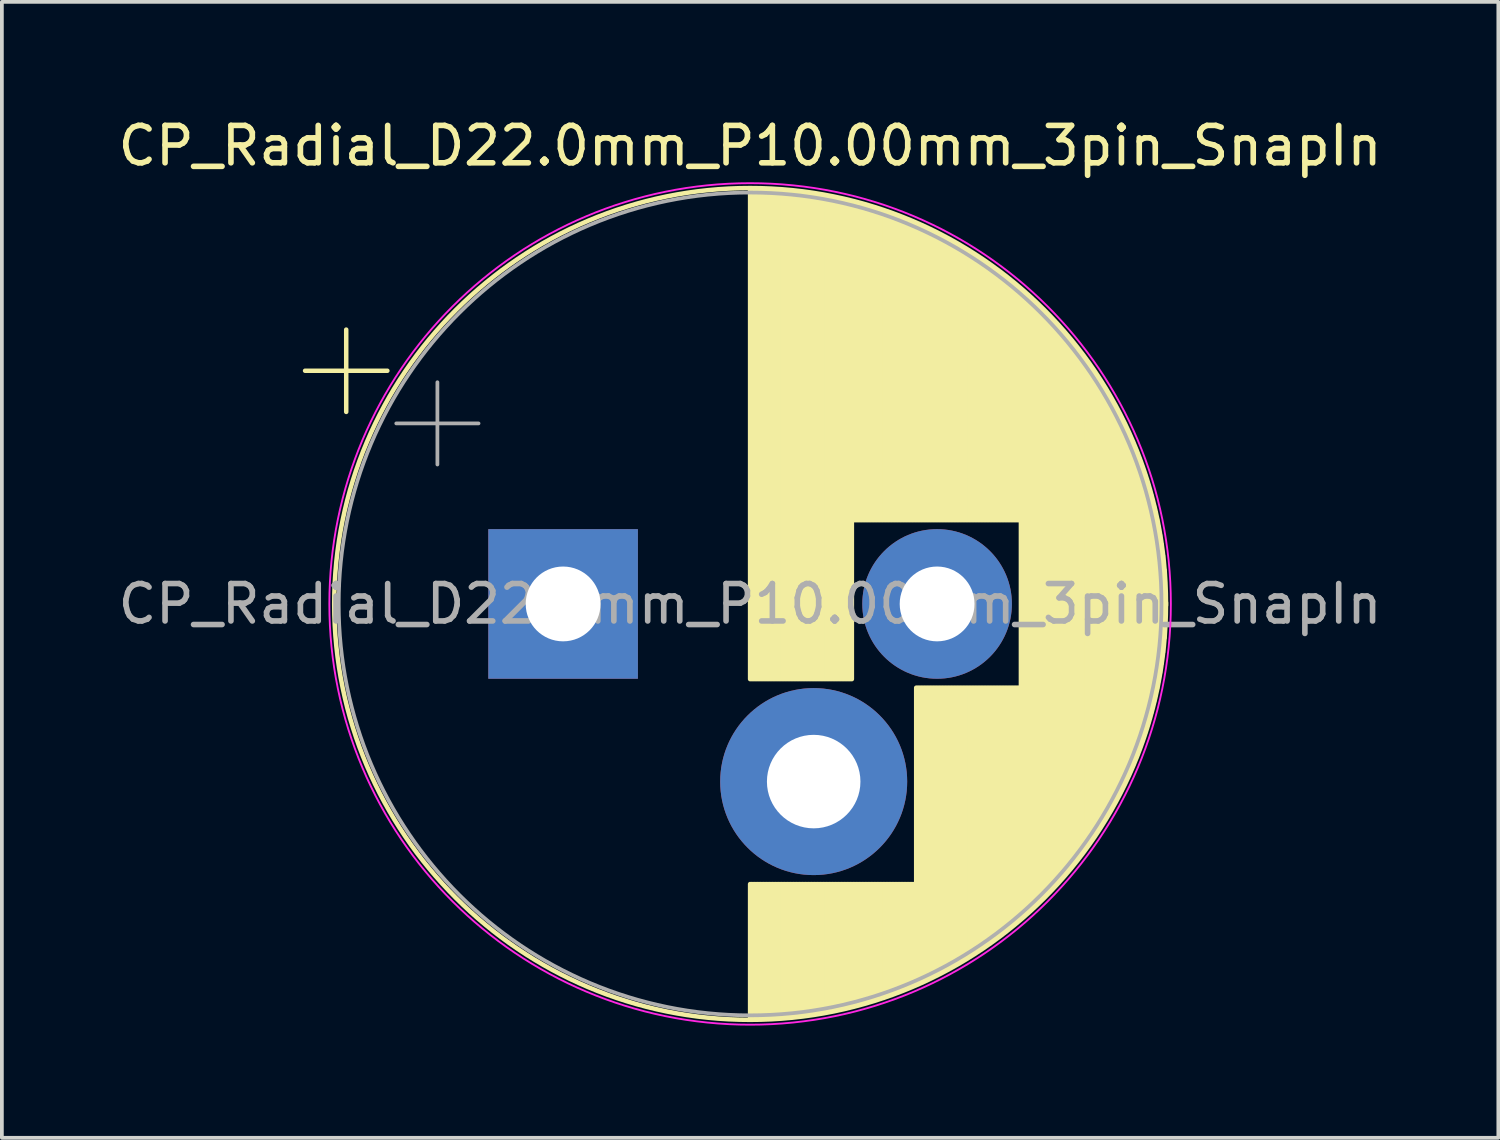
<source format=kicad_pcb>
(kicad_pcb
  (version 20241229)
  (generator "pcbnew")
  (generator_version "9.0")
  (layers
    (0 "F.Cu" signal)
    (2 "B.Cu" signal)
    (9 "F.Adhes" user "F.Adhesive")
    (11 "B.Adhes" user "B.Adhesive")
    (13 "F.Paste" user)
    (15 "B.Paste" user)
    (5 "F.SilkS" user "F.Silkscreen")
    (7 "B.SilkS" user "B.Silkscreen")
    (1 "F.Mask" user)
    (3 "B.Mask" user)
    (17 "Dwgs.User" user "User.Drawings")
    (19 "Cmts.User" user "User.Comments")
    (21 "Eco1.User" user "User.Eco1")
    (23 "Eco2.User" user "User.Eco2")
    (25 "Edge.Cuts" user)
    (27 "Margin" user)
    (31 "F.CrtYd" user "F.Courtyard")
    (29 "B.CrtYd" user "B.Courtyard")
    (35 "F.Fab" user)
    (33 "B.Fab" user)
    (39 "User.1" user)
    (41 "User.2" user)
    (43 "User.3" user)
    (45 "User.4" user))
  (footprint "CP_Radial_D22.0mm_P10.00mm_3pin_SnapIn"
    (layer "F.Cu")
    (at 12.006 13.098)
    (property "Reference" "CP_Radial_D22.0mm_P10.00mm_3pin_SnapIn" (at 5 -12.25 0) (layer "F.SilkS") (effects (font (size 1 1) (thickness 0.15))))
    (attr through_hole)
    (fp_line (start -6.899 -6.235) (end -4.699 -6.235) (stroke (width 0.12) (type solid)) (layer "F.SilkS"))
    (fp_line (start -5.799 -7.335) (end -5.799 -5.135) (stroke (width 0.12) (type solid)) (layer "F.SilkS"))
    (fp_line (start 5 -11.081) (end 5 2.01) (stroke (width 0.12) (type solid)) (layer "F.SilkS"))
    (fp_line (start 5 7.49) (end 5 11.081) (stroke (width 0.12) (type solid)) (layer "F.SilkS"))
    (fp_line (start 5.04 -11.08) (end 5.04 2.01) (stroke (width 0.12) (type solid)) (layer "F.SilkS"))
    (fp_line (start 5.04 7.49) (end 5.04 11.08) (stroke (width 0.12) (type solid)) (layer "F.SilkS"))
    (fp_line (start 5.08 -11.08) (end 5.08 2.01) (stroke (width 0.12) (type solid)) (layer "F.SilkS"))
    (fp_line (start 5.08 7.49) (end 5.08 11.08) (stroke (width 0.12) (type solid)) (layer "F.SilkS"))
    (fp_line (start 5.12 -11.08) (end 5.12 2.01) (stroke (width 0.12) (type solid)) (layer "F.SilkS"))
    (fp_line (start 5.12 7.49) (end 5.12 11.08) (stroke (width 0.12) (type solid)) (layer "F.SilkS"))
    (fp_line (start 5.16 -11.079) (end 5.16 2.01) (stroke (width 0.12) (type solid)) (layer "F.SilkS"))
    (fp_line (start 5.16 7.49) (end 5.16 11.079) (stroke (width 0.12) (type solid)) (layer "F.SilkS"))
    (fp_line (start 5.2 -11.079) (end 5.2 2.01) (stroke (width 0.12) (type solid)) (layer "F.SilkS"))
    (fp_line (start 5.2 7.49) (end 5.2 11.079) (stroke (width 0.12) (type solid)) (layer "F.SilkS"))
    (fp_line (start 5.24 -11.078) (end 5.24 2.01) (stroke (width 0.12) (type solid)) (layer "F.SilkS"))
    (fp_line (start 5.24 7.49) (end 5.24 11.078) (stroke (width 0.12) (type solid)) (layer "F.SilkS"))
    (fp_line (start 5.28 -11.077) (end 5.28 2.01) (stroke (width 0.12) (type solid)) (layer "F.SilkS"))
    (fp_line (start 5.28 7.49) (end 5.28 11.077) (stroke (width 0.12) (type solid)) (layer "F.SilkS"))
    (fp_line (start 5.32 -11.076) (end 5.32 2.01) (stroke (width 0.12) (type solid)) (layer "F.SilkS"))
    (fp_line (start 5.32 7.49) (end 5.32 11.076) (stroke (width 0.12) (type solid)) (layer "F.SilkS"))
    (fp_line (start 5.36 -11.075) (end 5.36 2.01) (stroke (width 0.12) (type solid)) (layer "F.SilkS"))
    (fp_line (start 5.36 7.49) (end 5.36 11.075) (stroke (width 0.12) (type solid)) (layer "F.SilkS"))
    (fp_line (start 5.4 -11.073) (end 5.4 2.01) (stroke (width 0.12) (type solid)) (layer "F.SilkS"))
    (fp_line (start 5.4 7.49) (end 5.4 11.073) (stroke (width 0.12) (type solid)) (layer "F.SilkS"))
    (fp_line (start 5.44 -11.072) (end 5.44 2.01) (stroke (width 0.12) (type solid)) (layer "F.SilkS"))
    (fp_line (start 5.44 7.49) (end 5.44 11.072) (stroke (width 0.12) (type solid)) (layer "F.SilkS"))
    (fp_line (start 5.48 -11.07) (end 5.48 2.01) (stroke (width 0.12) (type solid)) (layer "F.SilkS"))
    (fp_line (start 5.48 7.49) (end 5.48 11.07) (stroke (width 0.12) (type solid)) (layer "F.SilkS"))
    (fp_line (start 5.52 -11.068) (end 5.52 2.01) (stroke (width 0.12) (type solid)) (layer "F.SilkS"))
    (fp_line (start 5.52 7.49) (end 5.52 11.068) (stroke (width 0.12) (type solid)) (layer "F.SilkS"))
    (fp_line (start 5.56 -11.066) (end 5.56 2.01) (stroke (width 0.12) (type solid)) (layer "F.SilkS"))
    (fp_line (start 5.56 7.49) (end 5.56 11.066) (stroke (width 0.12) (type solid)) (layer "F.SilkS"))
    (fp_line (start 5.6 -11.064) (end 5.6 2.01) (stroke (width 0.12) (type solid)) (layer "F.SilkS"))
    (fp_line (start 5.6 7.49) (end 5.6 11.064) (stroke (width 0.12) (type solid)) (layer "F.SilkS"))
    (fp_line (start 5.64 -11.062) (end 5.64 2.01) (stroke (width 0.12) (type solid)) (layer "F.SilkS"))
    (fp_line (start 5.64 7.49) (end 5.64 11.062) (stroke (width 0.12) (type solid)) (layer "F.SilkS"))
    (fp_line (start 5.68 -11.06) (end 5.68 2.01) (stroke (width 0.12) (type solid)) (layer "F.SilkS"))
    (fp_line (start 5.68 7.49) (end 5.68 11.06) (stroke (width 0.12) (type solid)) (layer "F.SilkS"))
    (fp_line (start 5.721 -11.057) (end 5.721 2.01) (stroke (width 0.12) (type solid)) (layer "F.SilkS"))
    (fp_line (start 5.721 7.49) (end 5.721 11.057) (stroke (width 0.12) (type solid)) (layer "F.SilkS"))
    (fp_line (start 5.761 -11.054) (end 5.761 2.01) (stroke (width 0.12) (type solid)) (layer "F.SilkS"))
    (fp_line (start 5.761 7.49) (end 5.761 11.054) (stroke (width 0.12) (type solid)) (layer "F.SilkS"))
    (fp_line (start 5.801 -11.052) (end 5.801 2.01) (stroke (width 0.12) (type solid)) (layer "F.SilkS"))
    (fp_line (start 5.801 7.49) (end 5.801 11.052) (stroke (width 0.12) (type solid)) (layer "F.SilkS"))
    (fp_line (start 5.841 -11.049) (end 5.841 2.01) (stroke (width 0.12) (type solid)) (layer "F.SilkS"))
    (fp_line (start 5.841 7.49) (end 5.841 11.049) (stroke (width 0.12) (type solid)) (layer "F.SilkS"))
    (fp_line (start 5.881 -11.046) (end 5.881 2.01) (stroke (width 0.12) (type solid)) (layer "F.SilkS"))
    (fp_line (start 5.881 7.49) (end 5.881 11.046) (stroke (width 0.12) (type solid)) (layer "F.SilkS"))
    (fp_line (start 5.921 -11.042) (end 5.921 2.01) (stroke (width 0.12) (type solid)) (layer "F.SilkS"))
    (fp_line (start 5.921 7.49) (end 5.921 11.042) (stroke (width 0.12) (type solid)) (layer "F.SilkS"))
    (fp_line (start 5.961 -11.039) (end 5.961 2.01) (stroke (width 0.12) (type solid)) (layer "F.SilkS"))
    (fp_line (start 5.961 7.49) (end 5.961 11.039) (stroke (width 0.12) (type solid)) (layer "F.SilkS"))
    (fp_line (start 6.001 -11.035) (end 6.001 2.01) (stroke (width 0.12) (type solid)) (layer "F.SilkS"))
    (fp_line (start 6.001 7.49) (end 6.001 11.035) (stroke (width 0.12) (type solid)) (layer "F.SilkS"))
    (fp_line (start 6.041 -11.032) (end 6.041 2.01) (stroke (width 0.12) (type solid)) (layer "F.SilkS"))
    (fp_line (start 6.041 7.49) (end 6.041 11.032) (stroke (width 0.12) (type solid)) (layer "F.SilkS"))
    (fp_line (start 6.081 -11.028) (end 6.081 2.01) (stroke (width 0.12) (type solid)) (layer "F.SilkS"))
    (fp_line (start 6.081 7.49) (end 6.081 11.028) (stroke (width 0.12) (type solid)) (layer "F.SilkS"))
    (fp_line (start 6.121 -11.024) (end 6.121 2.01) (stroke (width 0.12) (type solid)) (layer "F.SilkS"))
    (fp_line (start 6.121 7.49) (end 6.121 11.024) (stroke (width 0.12) (type solid)) (layer "F.SilkS"))
    (fp_line (start 6.161 -11.02) (end 6.161 2.01) (stroke (width 0.12) (type solid)) (layer "F.SilkS"))
    (fp_line (start 6.161 7.49) (end 6.161 11.02) (stroke (width 0.12) (type solid)) (layer "F.SilkS"))
    (fp_line (start 6.201 -11.016) (end 6.201 2.01) (stroke (width 0.12) (type solid)) (layer "F.SilkS"))
    (fp_line (start 6.201 7.49) (end 6.201 11.016) (stroke (width 0.12) (type solid)) (layer "F.SilkS"))
    (fp_line (start 6.241 -11.011) (end 6.241 2.01) (stroke (width 0.12) (type solid)) (layer "F.SilkS"))
    (fp_line (start 6.241 7.49) (end 6.241 11.011) (stroke (width 0.12) (type solid)) (layer "F.SilkS"))
    (fp_line (start 6.281 -11.007) (end 6.281 2.01) (stroke (width 0.12) (type solid)) (layer "F.SilkS"))
    (fp_line (start 6.281 7.49) (end 6.281 11.007) (stroke (width 0.12) (type solid)) (layer "F.SilkS"))
    (fp_line (start 6.321 -11.002) (end 6.321 2.01) (stroke (width 0.12) (type solid)) (layer "F.SilkS"))
    (fp_line (start 6.321 7.49) (end 6.321 11.002) (stroke (width 0.12) (type solid)) (layer "F.SilkS"))
    (fp_line (start 6.361 -10.997) (end 6.361 2.01) (stroke (width 0.12) (type solid)) (layer "F.SilkS"))
    (fp_line (start 6.361 7.49) (end 6.361 10.997) (stroke (width 0.12) (type solid)) (layer "F.SilkS"))
    (fp_line (start 6.401 -10.992) (end 6.401 2.01) (stroke (width 0.12) (type solid)) (layer "F.SilkS"))
    (fp_line (start 6.401 7.49) (end 6.401 10.992) (stroke (width 0.12) (type solid)) (layer "F.SilkS"))
    (fp_line (start 6.441 -10.987) (end 6.441 2.01) (stroke (width 0.12) (type solid)) (layer "F.SilkS"))
    (fp_line (start 6.441 7.49) (end 6.441 10.987) (stroke (width 0.12) (type solid)) (layer "F.SilkS"))
    (fp_line (start 6.481 -10.982) (end 6.481 2.01) (stroke (width 0.12) (type solid)) (layer "F.SilkS"))
    (fp_line (start 6.481 7.49) (end 6.481 10.982) (stroke (width 0.12) (type solid)) (layer "F.SilkS"))
    (fp_line (start 6.521 -10.976) (end 6.521 2.01) (stroke (width 0.12) (type solid)) (layer "F.SilkS"))
    (fp_line (start 6.521 7.49) (end 6.521 10.976) (stroke (width 0.12) (type solid)) (layer "F.SilkS"))
    (fp_line (start 6.561 -10.971) (end 6.561 2.01) (stroke (width 0.12) (type solid)) (layer "F.SilkS"))
    (fp_line (start 6.561 7.49) (end 6.561 10.971) (stroke (width 0.12) (type solid)) (layer "F.SilkS"))
    (fp_line (start 6.601 -10.965) (end 6.601 2.01) (stroke (width 0.12) (type solid)) (layer "F.SilkS"))
    (fp_line (start 6.601 7.49) (end 6.601 10.965) (stroke (width 0.12) (type solid)) (layer "F.SilkS"))
    (fp_line (start 6.641 -10.959) (end 6.641 2.01) (stroke (width 0.12) (type solid)) (layer "F.SilkS"))
    (fp_line (start 6.641 7.49) (end 6.641 10.959) (stroke (width 0.12) (type solid)) (layer "F.SilkS"))
    (fp_line (start 6.681 -10.953) (end 6.681 2.01) (stroke (width 0.12) (type solid)) (layer "F.SilkS"))
    (fp_line (start 6.681 7.49) (end 6.681 10.953) (stroke (width 0.12) (type solid)) (layer "F.SilkS"))
    (fp_line (start 6.721 -10.947) (end 6.721 2.01) (stroke (width 0.12) (type solid)) (layer "F.SilkS"))
    (fp_line (start 6.721 7.49) (end 6.721 10.947) (stroke (width 0.12) (type solid)) (layer "F.SilkS"))
    (fp_line (start 6.761 -10.94) (end 6.761 2.01) (stroke (width 0.12) (type solid)) (layer "F.SilkS"))
    (fp_line (start 6.761 7.49) (end 6.761 10.94) (stroke (width 0.12) (type solid)) (layer "F.SilkS"))
    (fp_line (start 6.801 -10.934) (end 6.801 2.01) (stroke (width 0.12) (type solid)) (layer "F.SilkS"))
    (fp_line (start 6.801 7.49) (end 6.801 10.934) (stroke (width 0.12) (type solid)) (layer "F.SilkS"))
    (fp_line (start 6.841 -10.927) (end 6.841 2.01) (stroke (width 0.12) (type solid)) (layer "F.SilkS"))
    (fp_line (start 6.841 7.49) (end 6.841 10.927) (stroke (width 0.12) (type solid)) (layer "F.SilkS"))
    (fp_line (start 6.881 -10.92) (end 6.881 2.01) (stroke (width 0.12) (type solid)) (layer "F.SilkS"))
    (fp_line (start 6.881 7.49) (end 6.881 10.92) (stroke (width 0.12) (type solid)) (layer "F.SilkS"))
    (fp_line (start 6.921 -10.913) (end 6.921 2.01) (stroke (width 0.12) (type solid)) (layer "F.SilkS"))
    (fp_line (start 6.921 7.49) (end 6.921 10.913) (stroke (width 0.12) (type solid)) (layer "F.SilkS"))
    (fp_line (start 6.961 -10.906) (end 6.961 2.01) (stroke (width 0.12) (type solid)) (layer "F.SilkS"))
    (fp_line (start 6.961 7.49) (end 6.961 10.906) (stroke (width 0.12) (type solid)) (layer "F.SilkS"))
    (fp_line (start 7.001 -10.899) (end 7.001 2.01) (stroke (width 0.12) (type solid)) (layer "F.SilkS"))
    (fp_line (start 7.001 7.49) (end 7.001 10.899) (stroke (width 0.12) (type solid)) (layer "F.SilkS"))
    (fp_line (start 7.041 -10.892) (end 7.041 2.01) (stroke (width 0.12) (type solid)) (layer "F.SilkS"))
    (fp_line (start 7.041 7.49) (end 7.041 10.892) (stroke (width 0.12) (type solid)) (layer "F.SilkS"))
    (fp_line (start 7.081 -10.884) (end 7.081 2.01) (stroke (width 0.12) (type solid)) (layer "F.SilkS"))
    (fp_line (start 7.081 7.49) (end 7.081 10.884) (stroke (width 0.12) (type solid)) (layer "F.SilkS"))
    (fp_line (start 7.121 -10.877) (end 7.121 2.01) (stroke (width 0.12) (type solid)) (layer "F.SilkS"))
    (fp_line (start 7.121 7.49) (end 7.121 10.877) (stroke (width 0.12) (type solid)) (layer "F.SilkS"))
    (fp_line (start 7.161 -10.869) (end 7.161 2.01) (stroke (width 0.12) (type solid)) (layer "F.SilkS"))
    (fp_line (start 7.161 7.49) (end 7.161 10.869) (stroke (width 0.12) (type solid)) (layer "F.SilkS"))
    (fp_line (start 7.201 -10.861) (end 7.201 2.01) (stroke (width 0.12) (type solid)) (layer "F.SilkS"))
    (fp_line (start 7.201 7.49) (end 7.201 10.861) (stroke (width 0.12) (type solid)) (layer "F.SilkS"))
    (fp_line (start 7.241 -10.853) (end 7.241 2.01) (stroke (width 0.12) (type solid)) (layer "F.SilkS"))
    (fp_line (start 7.241 7.49) (end 7.241 10.853) (stroke (width 0.12) (type solid)) (layer "F.SilkS"))
    (fp_line (start 7.281 -10.844) (end 7.281 2.01) (stroke (width 0.12) (type solid)) (layer "F.SilkS"))
    (fp_line (start 7.281 7.49) (end 7.281 10.844) (stroke (width 0.12) (type solid)) (layer "F.SilkS"))
    (fp_line (start 7.321 -10.836) (end 7.321 2.01) (stroke (width 0.12) (type solid)) (layer "F.SilkS"))
    (fp_line (start 7.321 7.49) (end 7.321 10.836) (stroke (width 0.12) (type solid)) (layer "F.SilkS"))
    (fp_line (start 7.361 -10.827) (end 7.361 2.01) (stroke (width 0.12) (type solid)) (layer "F.SilkS"))
    (fp_line (start 7.361 7.49) (end 7.361 10.827) (stroke (width 0.12) (type solid)) (layer "F.SilkS"))
    (fp_line (start 7.401 -10.818) (end 7.401 2.01) (stroke (width 0.12) (type solid)) (layer "F.SilkS"))
    (fp_line (start 7.401 7.49) (end 7.401 10.818) (stroke (width 0.12) (type solid)) (layer "F.SilkS"))
    (fp_line (start 7.441 -10.809) (end 7.441 2.01) (stroke (width 0.12) (type solid)) (layer "F.SilkS"))
    (fp_line (start 7.441 7.49) (end 7.441 10.809) (stroke (width 0.12) (type solid)) (layer "F.SilkS"))
    (fp_line (start 7.481 -10.8) (end 7.481 2.01) (stroke (width 0.12) (type solid)) (layer "F.SilkS"))
    (fp_line (start 7.481 7.49) (end 7.481 10.8) (stroke (width 0.12) (type solid)) (layer "F.SilkS"))
    (fp_line (start 7.521 -10.791) (end 7.521 2.01) (stroke (width 0.12) (type solid)) (layer "F.SilkS"))
    (fp_line (start 7.521 7.49) (end 7.521 10.791) (stroke (width 0.12) (type solid)) (layer "F.SilkS"))
    (fp_line (start 7.561 -10.782) (end 7.561 2.01) (stroke (width 0.12) (type solid)) (layer "F.SilkS"))
    (fp_line (start 7.561 7.49) (end 7.561 10.782) (stroke (width 0.12) (type solid)) (layer "F.SilkS"))
    (fp_line (start 7.601 -10.772) (end 7.601 2.01) (stroke (width 0.12) (type solid)) (layer "F.SilkS"))
    (fp_line (start 7.601 7.49) (end 7.601 10.772) (stroke (width 0.12) (type solid)) (layer "F.SilkS"))
    (fp_line (start 7.641 -10.763) (end 7.641 2.01) (stroke (width 0.12) (type solid)) (layer "F.SilkS"))
    (fp_line (start 7.641 7.49) (end 7.641 10.763) (stroke (width 0.12) (type solid)) (layer "F.SilkS"))
    (fp_line (start 7.681 -10.753) (end 7.681 2.01) (stroke (width 0.12) (type solid)) (layer "F.SilkS"))
    (fp_line (start 7.681 7.49) (end 7.681 10.753) (stroke (width 0.12) (type solid)) (layer "F.SilkS"))
    (fp_line (start 7.721 -10.743) (end 7.721 2.01) (stroke (width 0.12) (type solid)) (layer "F.SilkS"))
    (fp_line (start 7.721 7.49) (end 7.721 10.743) (stroke (width 0.12) (type solid)) (layer "F.SilkS"))
    (fp_line (start 7.761 -10.733) (end 7.761 -2.24) (stroke (width 0.12) (type solid)) (layer "F.SilkS"))
    (fp_line (start 7.761 7.49) (end 7.761 10.733) (stroke (width 0.12) (type solid)) (layer "F.SilkS"))
    (fp_line (start 7.801 -10.722) (end 7.801 -2.24) (stroke (width 0.12) (type solid)) (layer "F.SilkS"))
    (fp_line (start 7.801 7.49) (end 7.801 10.722) (stroke (width 0.12) (type solid)) (layer "F.SilkS"))
    (fp_line (start 7.841 -10.712) (end 7.841 -2.24) (stroke (width 0.12) (type solid)) (layer "F.SilkS"))
    (fp_line (start 7.841 7.49) (end 7.841 10.712) (stroke (width 0.12) (type solid)) (layer "F.SilkS"))
    (fp_line (start 7.881 -10.701) (end 7.881 -2.24) (stroke (width 0.12) (type solid)) (layer "F.SilkS"))
    (fp_line (start 7.881 7.49) (end 7.881 10.701) (stroke (width 0.12) (type solid)) (layer "F.SilkS"))
    (fp_line (start 7.921 -10.69) (end 7.921 -2.24) (stroke (width 0.12) (type solid)) (layer "F.SilkS"))
    (fp_line (start 7.921 7.49) (end 7.921 10.69) (stroke (width 0.12) (type solid)) (layer "F.SilkS"))
    (fp_line (start 7.961 -10.679) (end 7.961 -2.24) (stroke (width 0.12) (type solid)) (layer "F.SilkS"))
    (fp_line (start 7.961 7.49) (end 7.961 10.679) (stroke (width 0.12) (type solid)) (layer "F.SilkS"))
    (fp_line (start 8.001 -10.668) (end 8.001 -2.24) (stroke (width 0.12) (type solid)) (layer "F.SilkS"))
    (fp_line (start 8.001 7.49) (end 8.001 10.668) (stroke (width 0.12) (type solid)) (layer "F.SilkS"))
    (fp_line (start 8.041 -10.657) (end 8.041 -2.24) (stroke (width 0.12) (type solid)) (layer "F.SilkS"))
    (fp_line (start 8.041 7.49) (end 8.041 10.657) (stroke (width 0.12) (type solid)) (layer "F.SilkS"))
    (fp_line (start 8.081 -10.645) (end 8.081 -2.24) (stroke (width 0.12) (type solid)) (layer "F.SilkS"))
    (fp_line (start 8.081 7.49) (end 8.081 10.645) (stroke (width 0.12) (type solid)) (layer "F.SilkS"))
    (fp_line (start 8.121 -10.634) (end 8.121 -2.24) (stroke (width 0.12) (type solid)) (layer "F.SilkS"))
    (fp_line (start 8.121 7.49) (end 8.121 10.634) (stroke (width 0.12) (type solid)) (layer "F.SilkS"))
    (fp_line (start 8.161 -10.622) (end 8.161 -2.24) (stroke (width 0.12) (type solid)) (layer "F.SilkS"))
    (fp_line (start 8.161 7.49) (end 8.161 10.622) (stroke (width 0.12) (type solid)) (layer "F.SilkS"))
    (fp_line (start 8.201 -10.61) (end 8.201 -2.24) (stroke (width 0.12) (type solid)) (layer "F.SilkS"))
    (fp_line (start 8.201 7.49) (end 8.201 10.61) (stroke (width 0.12) (type solid)) (layer "F.SilkS"))
    (fp_line (start 8.241 -10.598) (end 8.241 -2.24) (stroke (width 0.12) (type solid)) (layer "F.SilkS"))
    (fp_line (start 8.241 7.49) (end 8.241 10.598) (stroke (width 0.12) (type solid)) (layer "F.SilkS"))
    (fp_line (start 8.281 -10.586) (end 8.281 -2.24) (stroke (width 0.12) (type solid)) (layer "F.SilkS"))
    (fp_line (start 8.281 7.49) (end 8.281 10.586) (stroke (width 0.12) (type solid)) (layer "F.SilkS"))
    (fp_line (start 8.321 -10.573) (end 8.321 -2.24) (stroke (width 0.12) (type solid)) (layer "F.SilkS"))
    (fp_line (start 8.321 7.49) (end 8.321 10.573) (stroke (width 0.12) (type solid)) (layer "F.SilkS"))
    (fp_line (start 8.361 -10.561) (end 8.361 -2.24) (stroke (width 0.12) (type solid)) (layer "F.SilkS"))
    (fp_line (start 8.361 7.49) (end 8.361 10.561) (stroke (width 0.12) (type solid)) (layer "F.SilkS"))
    (fp_line (start 8.401 -10.548) (end 8.401 -2.24) (stroke (width 0.12) (type solid)) (layer "F.SilkS"))
    (fp_line (start 8.401 7.49) (end 8.401 10.548) (stroke (width 0.12) (type solid)) (layer "F.SilkS"))
    (fp_line (start 8.441 -10.535) (end 8.441 -2.24) (stroke (width 0.12) (type solid)) (layer "F.SilkS"))
    (fp_line (start 8.441 7.49) (end 8.441 10.535) (stroke (width 0.12) (type solid)) (layer "F.SilkS"))
    (fp_line (start 8.481 -10.522) (end 8.481 -2.24) (stroke (width 0.12) (type solid)) (layer "F.SilkS"))
    (fp_line (start 8.481 7.49) (end 8.481 10.522) (stroke (width 0.12) (type solid)) (layer "F.SilkS"))
    (fp_line (start 8.521 -10.509) (end 8.521 -2.24) (stroke (width 0.12) (type solid)) (layer "F.SilkS"))
    (fp_line (start 8.521 7.49) (end 8.521 10.509) (stroke (width 0.12) (type solid)) (layer "F.SilkS"))
    (fp_line (start 8.561 -10.495) (end 8.561 -2.24) (stroke (width 0.12) (type solid)) (layer "F.SilkS"))
    (fp_line (start 8.561 7.49) (end 8.561 10.495) (stroke (width 0.12) (type solid)) (layer "F.SilkS"))
    (fp_line (start 8.601 -10.482) (end 8.601 -2.24) (stroke (width 0.12) (type solid)) (layer "F.SilkS"))
    (fp_line (start 8.601 7.49) (end 8.601 10.482) (stroke (width 0.12) (type solid)) (layer "F.SilkS"))
    (fp_line (start 8.641 -10.468) (end 8.641 -2.24) (stroke (width 0.12) (type solid)) (layer "F.SilkS"))
    (fp_line (start 8.641 7.49) (end 8.641 10.468) (stroke (width 0.12) (type solid)) (layer "F.SilkS"))
    (fp_line (start 8.681 -10.454) (end 8.681 -2.24) (stroke (width 0.12) (type solid)) (layer "F.SilkS"))
    (fp_line (start 8.681 7.49) (end 8.681 10.454) (stroke (width 0.12) (type solid)) (layer "F.SilkS"))
    (fp_line (start 8.721 -10.44) (end 8.721 -2.24) (stroke (width 0.12) (type solid)) (layer "F.SilkS"))
    (fp_line (start 8.721 7.49) (end 8.721 10.44) (stroke (width 0.12) (type solid)) (layer "F.SilkS"))
    (fp_line (start 8.761 -10.426) (end 8.761 -2.24) (stroke (width 0.12) (type solid)) (layer "F.SilkS"))
    (fp_line (start 8.761 7.49) (end 8.761 10.426) (stroke (width 0.12) (type solid)) (layer "F.SilkS"))
    (fp_line (start 8.801 -10.411) (end 8.801 -2.24) (stroke (width 0.12) (type solid)) (layer "F.SilkS"))
    (fp_line (start 8.801 7.49) (end 8.801 10.411) (stroke (width 0.12) (type solid)) (layer "F.SilkS"))
    (fp_line (start 8.841 -10.396) (end 8.841 -2.24) (stroke (width 0.12) (type solid)) (layer "F.SilkS"))
    (fp_line (start 8.841 7.49) (end 8.841 10.396) (stroke (width 0.12) (type solid)) (layer "F.SilkS"))
    (fp_line (start 8.881 -10.382) (end 8.881 -2.24) (stroke (width 0.12) (type solid)) (layer "F.SilkS"))
    (fp_line (start 8.881 7.49) (end 8.881 10.382) (stroke (width 0.12) (type solid)) (layer "F.SilkS"))
    (fp_line (start 8.921 -10.367) (end 8.921 -2.24) (stroke (width 0.12) (type solid)) (layer "F.SilkS"))
    (fp_line (start 8.921 7.49) (end 8.921 10.367) (stroke (width 0.12) (type solid)) (layer "F.SilkS"))
    (fp_line (start 8.961 -10.351) (end 8.961 -2.24) (stroke (width 0.12) (type solid)) (layer "F.SilkS"))
    (fp_line (start 8.961 7.49) (end 8.961 10.351) (stroke (width 0.12) (type solid)) (layer "F.SilkS"))
    (fp_line (start 9.001 -10.336) (end 9.001 -2.24) (stroke (width 0.12) (type solid)) (layer "F.SilkS"))
    (fp_line (start 9.001 7.49) (end 9.001 10.336) (stroke (width 0.12) (type solid)) (layer "F.SilkS"))
    (fp_line (start 9.041 -10.321) (end 9.041 -2.24) (stroke (width 0.12) (type solid)) (layer "F.SilkS"))
    (fp_line (start 9.041 7.49) (end 9.041 10.321) (stroke (width 0.12) (type solid)) (layer "F.SilkS"))
    (fp_line (start 9.081 -10.305) (end 9.081 -2.24) (stroke (width 0.12) (type solid)) (layer "F.SilkS"))
    (fp_line (start 9.081 7.49) (end 9.081 10.305) (stroke (width 0.12) (type solid)) (layer "F.SilkS"))
    (fp_line (start 9.121 -10.289) (end 9.121 -2.24) (stroke (width 0.12) (type solid)) (layer "F.SilkS"))
    (fp_line (start 9.121 7.49) (end 9.121 10.289) (stroke (width 0.12) (type solid)) (layer "F.SilkS"))
    (fp_line (start 9.161 -10.273) (end 9.161 -2.24) (stroke (width 0.12) (type solid)) (layer "F.SilkS"))
    (fp_line (start 9.161 7.49) (end 9.161 10.273) (stroke (width 0.12) (type solid)) (layer "F.SilkS"))
    (fp_line (start 9.201 -10.257) (end 9.201 -2.24) (stroke (width 0.12) (type solid)) (layer "F.SilkS"))
    (fp_line (start 9.201 7.49) (end 9.201 10.257) (stroke (width 0.12) (type solid)) (layer "F.SilkS"))
    (fp_line (start 9.241 -10.24) (end 9.241 -2.24) (stroke (width 0.12) (type solid)) (layer "F.SilkS"))
    (fp_line (start 9.241 7.49) (end 9.241 10.24) (stroke (width 0.12) (type solid)) (layer "F.SilkS"))
    (fp_line (start 9.281 -10.224) (end 9.281 -2.24) (stroke (width 0.12) (type solid)) (layer "F.SilkS"))
    (fp_line (start 9.281 7.49) (end 9.281 10.224) (stroke (width 0.12) (type solid)) (layer "F.SilkS"))
    (fp_line (start 9.321 -10.207) (end 9.321 -2.24) (stroke (width 0.12) (type solid)) (layer "F.SilkS"))
    (fp_line (start 9.321 7.49) (end 9.321 10.207) (stroke (width 0.12) (type solid)) (layer "F.SilkS"))
    (fp_line (start 9.361 -10.19) (end 9.361 -2.24) (stroke (width 0.12) (type solid)) (layer "F.SilkS"))
    (fp_line (start 9.361 7.49) (end 9.361 10.19) (stroke (width 0.12) (type solid)) (layer "F.SilkS"))
    (fp_line (start 9.401 -10.173) (end 9.401 -2.24) (stroke (width 0.12) (type solid)) (layer "F.SilkS"))
    (fp_line (start 9.401 7.49) (end 9.401 10.173) (stroke (width 0.12) (type solid)) (layer "F.SilkS"))
    (fp_line (start 9.441 -10.156) (end 9.441 -2.24) (stroke (width 0.12) (type solid)) (layer "F.SilkS"))
    (fp_line (start 9.441 2.24) (end 9.441 10.156) (stroke (width 0.12) (type solid)) (layer "F.SilkS"))
    (fp_line (start 9.481 -10.138) (end 9.481 -2.24) (stroke (width 0.12) (type solid)) (layer "F.SilkS"))
    (fp_line (start 9.481 2.24) (end 9.481 10.138) (stroke (width 0.12) (type solid)) (layer "F.SilkS"))
    (fp_line (start 9.521 -10.12) (end 9.521 -2.24) (stroke (width 0.12) (type solid)) (layer "F.SilkS"))
    (fp_line (start 9.521 2.24) (end 9.521 10.12) (stroke (width 0.12) (type solid)) (layer "F.SilkS"))
    (fp_line (start 9.561 -10.103) (end 9.561 -2.24) (stroke (width 0.12) (type solid)) (layer "F.SilkS"))
    (fp_line (start 9.561 2.24) (end 9.561 10.103) (stroke (width 0.12) (type solid)) (layer "F.SilkS"))
    (fp_line (start 9.601 -10.084) (end 9.601 -2.24) (stroke (width 0.12) (type solid)) (layer "F.SilkS"))
    (fp_line (start 9.601 2.24) (end 9.601 10.084) (stroke (width 0.12) (type solid)) (layer "F.SilkS"))
    (fp_line (start 9.641 -10.066) (end 9.641 -2.24) (stroke (width 0.12) (type solid)) (layer "F.SilkS"))
    (fp_line (start 9.641 2.24) (end 9.641 10.066) (stroke (width 0.12) (type solid)) (layer "F.SilkS"))
    (fp_line (start 9.681 -10.048) (end 9.681 -2.24) (stroke (width 0.12) (type solid)) (layer "F.SilkS"))
    (fp_line (start 9.681 2.24) (end 9.681 10.048) (stroke (width 0.12) (type solid)) (layer "F.SilkS"))
    (fp_line (start 9.721 -10.029) (end 9.721 -2.24) (stroke (width 0.12) (type solid)) (layer "F.SilkS"))
    (fp_line (start 9.721 2.24) (end 9.721 10.029) (stroke (width 0.12) (type solid)) (layer "F.SilkS"))
    (fp_line (start 9.761 -10.01) (end 9.761 -2.24) (stroke (width 0.12) (type solid)) (layer "F.SilkS"))
    (fp_line (start 9.761 2.24) (end 9.761 10.01) (stroke (width 0.12) (type solid)) (layer "F.SilkS"))
    (fp_line (start 9.801 -9.991) (end 9.801 -2.24) (stroke (width 0.12) (type solid)) (layer "F.SilkS"))
    (fp_line (start 9.801 2.24) (end 9.801 9.991) (stroke (width 0.12) (type solid)) (layer "F.SilkS"))
    (fp_line (start 9.841 -9.972) (end 9.841 -2.24) (stroke (width 0.12) (type solid)) (layer "F.SilkS"))
    (fp_line (start 9.841 2.24) (end 9.841 9.972) (stroke (width 0.12) (type solid)) (layer "F.SilkS"))
    (fp_line (start 9.881 -9.952) (end 9.881 -2.24) (stroke (width 0.12) (type solid)) (layer "F.SilkS"))
    (fp_line (start 9.881 2.24) (end 9.881 9.952) (stroke (width 0.12) (type solid)) (layer "F.SilkS"))
    (fp_line (start 9.921 -9.933) (end 9.921 -2.24) (stroke (width 0.12) (type solid)) (layer "F.SilkS"))
    (fp_line (start 9.921 2.24) (end 9.921 9.933) (stroke (width 0.12) (type solid)) (layer "F.SilkS"))
    (fp_line (start 9.961 -9.913) (end 9.961 -2.24) (stroke (width 0.12) (type solid)) (layer "F.SilkS"))
    (fp_line (start 9.961 2.24) (end 9.961 9.913) (stroke (width 0.12) (type solid)) (layer "F.SilkS"))
    (fp_line (start 10.001 -9.893) (end 10.001 -2.24) (stroke (width 0.12) (type solid)) (layer "F.SilkS"))
    (fp_line (start 10.001 2.24) (end 10.001 9.893) (stroke (width 0.12) (type solid)) (layer "F.SilkS"))
    (fp_line (start 10.041 -9.873) (end 10.041 -2.24) (stroke (width 0.12) (type solid)) (layer "F.SilkS"))
    (fp_line (start 10.041 2.24) (end 10.041 9.873) (stroke (width 0.12) (type solid)) (layer "F.SilkS"))
    (fp_line (start 10.081 -9.852) (end 10.081 -2.24) (stroke (width 0.12) (type solid)) (layer "F.SilkS"))
    (fp_line (start 10.081 2.24) (end 10.081 9.852) (stroke (width 0.12) (type solid)) (layer "F.SilkS"))
    (fp_line (start 10.121 -9.832) (end 10.121 -2.24) (stroke (width 0.12) (type solid)) (layer "F.SilkS"))
    (fp_line (start 10.121 2.24) (end 10.121 9.832) (stroke (width 0.12) (type solid)) (layer "F.SilkS"))
    (fp_line (start 10.161 -9.811) (end 10.161 -2.24) (stroke (width 0.12) (type solid)) (layer "F.SilkS"))
    (fp_line (start 10.161 2.24) (end 10.161 9.811) (stroke (width 0.12) (type solid)) (layer "F.SilkS"))
    (fp_line (start 10.201 -9.79) (end 10.201 -2.24) (stroke (width 0.12) (type solid)) (layer "F.SilkS"))
    (fp_line (start 10.201 2.24) (end 10.201 9.79) (stroke (width 0.12) (type solid)) (layer "F.SilkS"))
    (fp_line (start 10.241 -9.768) (end 10.241 -2.24) (stroke (width 0.12) (type solid)) (layer "F.SilkS"))
    (fp_line (start 10.241 2.24) (end 10.241 9.768) (stroke (width 0.12) (type solid)) (layer "F.SilkS"))
    (fp_line (start 10.281 -9.747) (end 10.281 -2.24) (stroke (width 0.12) (type solid)) (layer "F.SilkS"))
    (fp_line (start 10.281 2.24) (end 10.281 9.747) (stroke (width 0.12) (type solid)) (layer "F.SilkS"))
    (fp_line (start 10.321 -9.725) (end 10.321 -2.24) (stroke (width 0.12) (type solid)) (layer "F.SilkS"))
    (fp_line (start 10.321 2.24) (end 10.321 9.725) (stroke (width 0.12) (type solid)) (layer "F.SilkS"))
    (fp_line (start 10.361 -9.703) (end 10.361 -2.24) (stroke (width 0.12) (type solid)) (layer "F.SilkS"))
    (fp_line (start 10.361 2.24) (end 10.361 9.703) (stroke (width 0.12) (type solid)) (layer "F.SilkS"))
    (fp_line (start 10.401 -9.681) (end 10.401 -2.24) (stroke (width 0.12) (type solid)) (layer "F.SilkS"))
    (fp_line (start 10.401 2.24) (end 10.401 9.681) (stroke (width 0.12) (type solid)) (layer "F.SilkS"))
    (fp_line (start 10.441 -9.659) (end 10.441 -2.24) (stroke (width 0.12) (type solid)) (layer "F.SilkS"))
    (fp_line (start 10.441 2.24) (end 10.441 9.659) (stroke (width 0.12) (type solid)) (layer "F.SilkS"))
    (fp_line (start 10.481 -9.636) (end 10.481 -2.24) (stroke (width 0.12) (type solid)) (layer "F.SilkS"))
    (fp_line (start 10.481 2.24) (end 10.481 9.636) (stroke (width 0.12) (type solid)) (layer "F.SilkS"))
    (fp_line (start 10.521 -9.614) (end 10.521 -2.24) (stroke (width 0.12) (type solid)) (layer "F.SilkS"))
    (fp_line (start 10.521 2.24) (end 10.521 9.614) (stroke (width 0.12) (type solid)) (layer "F.SilkS"))
    (fp_line (start 10.561 -9.591) (end 10.561 -2.24) (stroke (width 0.12) (type solid)) (layer "F.SilkS"))
    (fp_line (start 10.561 2.24) (end 10.561 9.591) (stroke (width 0.12) (type solid)) (layer "F.SilkS"))
    (fp_line (start 10.601 -9.567) (end 10.601 -2.24) (stroke (width 0.12) (type solid)) (layer "F.SilkS"))
    (fp_line (start 10.601 2.24) (end 10.601 9.567) (stroke (width 0.12) (type solid)) (layer "F.SilkS"))
    (fp_line (start 10.641 -9.544) (end 10.641 -2.24) (stroke (width 0.12) (type solid)) (layer "F.SilkS"))
    (fp_line (start 10.641 2.24) (end 10.641 9.544) (stroke (width 0.12) (type solid)) (layer "F.SilkS"))
    (fp_line (start 10.681 -9.52) (end 10.681 -2.24) (stroke (width 0.12) (type solid)) (layer "F.SilkS"))
    (fp_line (start 10.681 2.24) (end 10.681 9.52) (stroke (width 0.12) (type solid)) (layer "F.SilkS"))
    (fp_line (start 10.721 -9.497) (end 10.721 -2.24) (stroke (width 0.12) (type solid)) (layer "F.SilkS"))
    (fp_line (start 10.721 2.24) (end 10.721 9.497) (stroke (width 0.12) (type solid)) (layer "F.SilkS"))
    (fp_line (start 10.761 -9.472) (end 10.761 -2.24) (stroke (width 0.12) (type solid)) (layer "F.SilkS"))
    (fp_line (start 10.761 2.24) (end 10.761 9.472) (stroke (width 0.12) (type solid)) (layer "F.SilkS"))
    (fp_line (start 10.801 -9.448) (end 10.801 -2.24) (stroke (width 0.12) (type solid)) (layer "F.SilkS"))
    (fp_line (start 10.801 2.24) (end 10.801 9.448) (stroke (width 0.12) (type solid)) (layer "F.SilkS"))
    (fp_line (start 10.841 -9.424) (end 10.841 -2.24) (stroke (width 0.12) (type solid)) (layer "F.SilkS"))
    (fp_line (start 10.841 2.24) (end 10.841 9.424) (stroke (width 0.12) (type solid)) (layer "F.SilkS"))
    (fp_line (start 10.881 -9.399) (end 10.881 -2.24) (stroke (width 0.12) (type solid)) (layer "F.SilkS"))
    (fp_line (start 10.881 2.24) (end 10.881 9.399) (stroke (width 0.12) (type solid)) (layer "F.SilkS"))
    (fp_line (start 10.921 -9.374) (end 10.921 -2.24) (stroke (width 0.12) (type solid)) (layer "F.SilkS"))
    (fp_line (start 10.921 2.24) (end 10.921 9.374) (stroke (width 0.12) (type solid)) (layer "F.SilkS"))
    (fp_line (start 10.961 -9.348) (end 10.961 -2.24) (stroke (width 0.12) (type solid)) (layer "F.SilkS"))
    (fp_line (start 10.961 2.24) (end 10.961 9.348) (stroke (width 0.12) (type solid)) (layer "F.SilkS"))
    (fp_line (start 11.001 -9.323) (end 11.001 -2.24) (stroke (width 0.12) (type solid)) (layer "F.SilkS"))
    (fp_line (start 11.001 2.24) (end 11.001 9.323) (stroke (width 0.12) (type solid)) (layer "F.SilkS"))
    (fp_line (start 11.041 -9.297) (end 11.041 -2.24) (stroke (width 0.12) (type solid)) (layer "F.SilkS"))
    (fp_line (start 11.041 2.24) (end 11.041 9.297) (stroke (width 0.12) (type solid)) (layer "F.SilkS"))
    (fp_line (start 11.081 -9.271) (end 11.081 -2.24) (stroke (width 0.12) (type solid)) (layer "F.SilkS"))
    (fp_line (start 11.081 2.24) (end 11.081 9.271) (stroke (width 0.12) (type solid)) (layer "F.SilkS"))
    (fp_line (start 11.121 -9.245) (end 11.121 -2.24) (stroke (width 0.12) (type solid)) (layer "F.SilkS"))
    (fp_line (start 11.121 2.24) (end 11.121 9.245) (stroke (width 0.12) (type solid)) (layer "F.SilkS"))
    (fp_line (start 11.161 -9.218) (end 11.161 -2.24) (stroke (width 0.12) (type solid)) (layer "F.SilkS"))
    (fp_line (start 11.161 2.24) (end 11.161 9.218) (stroke (width 0.12) (type solid)) (layer "F.SilkS"))
    (fp_line (start 11.201 -9.192) (end 11.201 -2.24) (stroke (width 0.12) (type solid)) (layer "F.SilkS"))
    (fp_line (start 11.201 2.24) (end 11.201 9.192) (stroke (width 0.12) (type solid)) (layer "F.SilkS"))
    (fp_line (start 11.241 -9.165) (end 11.241 -2.24) (stroke (width 0.12) (type solid)) (layer "F.SilkS"))
    (fp_line (start 11.241 2.24) (end 11.241 9.165) (stroke (width 0.12) (type solid)) (layer "F.SilkS"))
    (fp_line (start 11.281 -9.137) (end 11.281 -2.24) (stroke (width 0.12) (type solid)) (layer "F.SilkS"))
    (fp_line (start 11.281 2.24) (end 11.281 9.137) (stroke (width 0.12) (type solid)) (layer "F.SilkS"))
    (fp_line (start 11.321 -9.11) (end 11.321 -2.24) (stroke (width 0.12) (type solid)) (layer "F.SilkS"))
    (fp_line (start 11.321 2.24) (end 11.321 9.11) (stroke (width 0.12) (type solid)) (layer "F.SilkS"))
    (fp_line (start 11.361 -9.082) (end 11.361 -2.24) (stroke (width 0.12) (type solid)) (layer "F.SilkS"))
    (fp_line (start 11.361 2.24) (end 11.361 9.082) (stroke (width 0.12) (type solid)) (layer "F.SilkS"))
    (fp_line (start 11.401 -9.054) (end 11.401 -2.24) (stroke (width 0.12) (type solid)) (layer "F.SilkS"))
    (fp_line (start 11.401 2.24) (end 11.401 9.054) (stroke (width 0.12) (type solid)) (layer "F.SilkS"))
    (fp_line (start 11.441 -9.026) (end 11.441 -2.24) (stroke (width 0.12) (type solid)) (layer "F.SilkS"))
    (fp_line (start 11.441 2.24) (end 11.441 9.026) (stroke (width 0.12) (type solid)) (layer "F.SilkS"))
    (fp_line (start 11.481 -8.997) (end 11.481 -2.24) (stroke (width 0.12) (type solid)) (layer "F.SilkS"))
    (fp_line (start 11.481 2.24) (end 11.481 8.997) (stroke (width 0.12) (type solid)) (layer "F.SilkS"))
    (fp_line (start 11.521 -8.968) (end 11.521 -2.24) (stroke (width 0.12) (type solid)) (layer "F.SilkS"))
    (fp_line (start 11.521 2.24) (end 11.521 8.968) (stroke (width 0.12) (type solid)) (layer "F.SilkS"))
    (fp_line (start 11.561 -8.939) (end 11.561 -2.24) (stroke (width 0.12) (type solid)) (layer "F.SilkS"))
    (fp_line (start 11.561 2.24) (end 11.561 8.939) (stroke (width 0.12) (type solid)) (layer "F.SilkS"))
    (fp_line (start 11.601 -8.91) (end 11.601 -2.24) (stroke (width 0.12) (type solid)) (layer "F.SilkS"))
    (fp_line (start 11.601 2.24) (end 11.601 8.91) (stroke (width 0.12) (type solid)) (layer "F.SilkS"))
    (fp_line (start 11.641 -8.88) (end 11.641 -2.24) (stroke (width 0.12) (type solid)) (layer "F.SilkS"))
    (fp_line (start 11.641 2.24) (end 11.641 8.88) (stroke (width 0.12) (type solid)) (layer "F.SilkS"))
    (fp_line (start 11.681 -8.85) (end 11.681 -2.24) (stroke (width 0.12) (type solid)) (layer "F.SilkS"))
    (fp_line (start 11.681 2.24) (end 11.681 8.85) (stroke (width 0.12) (type solid)) (layer "F.SilkS"))
    (fp_line (start 11.721 -8.82) (end 11.721 -2.24) (stroke (width 0.12) (type solid)) (layer "F.SilkS"))
    (fp_line (start 11.721 2.24) (end 11.721 8.82) (stroke (width 0.12) (type solid)) (layer "F.SilkS"))
    (fp_line (start 11.761 -8.79) (end 11.761 -2.24) (stroke (width 0.12) (type solid)) (layer "F.SilkS"))
    (fp_line (start 11.761 2.24) (end 11.761 8.79) (stroke (width 0.12) (type solid)) (layer "F.SilkS"))
    (fp_line (start 11.801 -8.759) (end 11.801 -2.24) (stroke (width 0.12) (type solid)) (layer "F.SilkS"))
    (fp_line (start 11.801 2.24) (end 11.801 8.759) (stroke (width 0.12) (type solid)) (layer "F.SilkS"))
    (fp_line (start 11.841 -8.728) (end 11.841 -2.24) (stroke (width 0.12) (type solid)) (layer "F.SilkS"))
    (fp_line (start 11.841 2.24) (end 11.841 8.728) (stroke (width 0.12) (type solid)) (layer "F.SilkS"))
    (fp_line (start 11.881 -8.697) (end 11.881 -2.24) (stroke (width 0.12) (type solid)) (layer "F.SilkS"))
    (fp_line (start 11.881 2.24) (end 11.881 8.697) (stroke (width 0.12) (type solid)) (layer "F.SilkS"))
    (fp_line (start 11.921 -8.665) (end 11.921 -2.24) (stroke (width 0.12) (type solid)) (layer "F.SilkS"))
    (fp_line (start 11.921 2.24) (end 11.921 8.665) (stroke (width 0.12) (type solid)) (layer "F.SilkS"))
    (fp_line (start 11.961 -8.633) (end 11.961 -2.24) (stroke (width 0.12) (type solid)) (layer "F.SilkS"))
    (fp_line (start 11.961 2.24) (end 11.961 8.633) (stroke (width 0.12) (type solid)) (layer "F.SilkS"))
    (fp_line (start 12.001 -8.601) (end 12.001 -2.24) (stroke (width 0.12) (type solid)) (layer "F.SilkS"))
    (fp_line (start 12.001 2.24) (end 12.001 8.601) (stroke (width 0.12) (type solid)) (layer "F.SilkS"))
    (fp_line (start 12.041 -8.568) (end 12.041 -2.24) (stroke (width 0.12) (type solid)) (layer "F.SilkS"))
    (fp_line (start 12.041 2.24) (end 12.041 8.568) (stroke (width 0.12) (type solid)) (layer "F.SilkS"))
    (fp_line (start 12.081 -8.535) (end 12.081 -2.24) (stroke (width 0.12) (type solid)) (layer "F.SilkS"))
    (fp_line (start 12.081 2.24) (end 12.081 8.535) (stroke (width 0.12) (type solid)) (layer "F.SilkS"))
    (fp_line (start 12.121 -8.502) (end 12.121 -2.24) (stroke (width 0.12) (type solid)) (layer "F.SilkS"))
    (fp_line (start 12.121 2.24) (end 12.121 8.502) (stroke (width 0.12) (type solid)) (layer "F.SilkS"))
    (fp_line (start 12.161 -8.469) (end 12.161 -2.24) (stroke (width 0.12) (type solid)) (layer "F.SilkS"))
    (fp_line (start 12.161 2.24) (end 12.161 8.469) (stroke (width 0.12) (type solid)) (layer "F.SilkS"))
    (fp_line (start 12.201 -8.435) (end 12.201 -2.24) (stroke (width 0.12) (type solid)) (layer "F.SilkS"))
    (fp_line (start 12.201 2.24) (end 12.201 8.435) (stroke (width 0.12) (type solid)) (layer "F.SilkS"))
    (fp_line (start 12.241 -8.401) (end 12.241 8.401) (stroke (width 0.12) (type solid)) (layer "F.SilkS"))
    (fp_line (start 12.281 -8.366) (end 12.281 8.366) (stroke (width 0.12) (type solid)) (layer "F.SilkS"))
    (fp_line (start 12.321 -8.331) (end 12.321 8.331) (stroke (width 0.12) (type solid)) (layer "F.SilkS"))
    (fp_line (start 12.361 -8.296) (end 12.361 8.296) (stroke (width 0.12) (type solid)) (layer "F.SilkS"))
    (fp_line (start 12.401 -8.261) (end 12.401 8.261) (stroke (width 0.12) (type solid)) (layer "F.SilkS"))
    (fp_line (start 12.441 -8.225) (end 12.441 8.225) (stroke (width 0.12) (type solid)) (layer "F.SilkS"))
    (fp_line (start 12.481 -8.189) (end 12.481 8.189) (stroke (width 0.12) (type solid)) (layer "F.SilkS"))
    (fp_line (start 12.521 -8.152) (end 12.521 8.152) (stroke (width 0.12) (type solid)) (layer "F.SilkS"))
    (fp_line (start 12.561 -8.115) (end 12.561 8.115) (stroke (width 0.12) (type solid)) (layer "F.SilkS"))
    (fp_line (start 12.601 -8.078) (end 12.601 8.078) (stroke (width 0.12) (type solid)) (layer "F.SilkS"))
    (fp_line (start 12.641 -8.04) (end 12.641 8.04) (stroke (width 0.12) (type solid)) (layer "F.SilkS"))
    (fp_line (start 12.681 -8.002) (end 12.681 8.002) (stroke (width 0.12) (type solid)) (layer "F.SilkS"))
    (fp_line (start 12.721 -7.964) (end 12.721 7.964) (stroke (width 0.12) (type solid)) (layer "F.SilkS"))
    (fp_line (start 12.761 -7.925) (end 12.761 7.925) (stroke (width 0.12) (type solid)) (layer "F.SilkS"))
    (fp_line (start 12.801 -7.886) (end 12.801 7.886) (stroke (width 0.12) (type solid)) (layer "F.SilkS"))
    (fp_line (start 12.841 -7.846) (end 12.841 7.846) (stroke (width 0.12) (type solid)) (layer "F.SilkS"))
    (fp_line (start 12.881 -7.807) (end 12.881 7.807) (stroke (width 0.12) (type solid)) (layer "F.SilkS"))
    (fp_line (start 12.921 -7.766) (end 12.921 7.766) (stroke (width 0.12) (type solid)) (layer "F.SilkS"))
    (fp_line (start 12.961 -7.725) (end 12.961 7.725) (stroke (width 0.12) (type solid)) (layer "F.SilkS"))
    (fp_line (start 13.001 -7.684) (end 13.001 7.684) (stroke (width 0.12) (type solid)) (layer "F.SilkS"))
    (fp_line (start 13.041 -7.642) (end 13.041 7.642) (stroke (width 0.12) (type solid)) (layer "F.SilkS"))
    (fp_line (start 13.081 -7.6) (end 13.081 7.6) (stroke (width 0.12) (type solid)) (layer "F.SilkS"))
    (fp_line (start 13.121 -7.558) (end 13.121 7.558) (stroke (width 0.12) (type solid)) (layer "F.SilkS"))
    (fp_line (start 13.161 -7.515) (end 13.161 7.515) (stroke (width 0.12) (type solid)) (layer "F.SilkS"))
    (fp_line (start 13.2 -7.471) (end 13.2 7.471) (stroke (width 0.12) (type solid)) (layer "F.SilkS"))
    (fp_line (start 13.24 -7.428) (end 13.24 7.428) (stroke (width 0.12) (type solid)) (layer "F.SilkS"))
    (fp_line (start 13.28 -7.383) (end 13.28 7.383) (stroke (width 0.12) (type solid)) (layer "F.SilkS"))
    (fp_line (start 13.32 -7.338) (end 13.32 7.338) (stroke (width 0.12) (type solid)) (layer "F.SilkS"))
    (fp_line (start 13.36 -7.293) (end 13.36 7.293) (stroke (width 0.12) (type solid)) (layer "F.SilkS"))
    (fp_line (start 13.4 -7.247) (end 13.4 7.247) (stroke (width 0.12) (type solid)) (layer "F.SilkS"))
    (fp_line (start 13.44 -7.201) (end 13.44 7.201) (stroke (width 0.12) (type solid)) (layer "F.SilkS"))
    (fp_line (start 13.48 -7.154) (end 13.48 7.154) (stroke (width 0.12) (type solid)) (layer "F.SilkS"))
    (fp_line (start 13.52 -7.106) (end 13.52 7.106) (stroke (width 0.12) (type solid)) (layer "F.SilkS"))
    (fp_line (start 13.56 -7.058) (end 13.56 7.058) (stroke (width 0.12) (type solid)) (layer "F.SilkS"))
    (fp_line (start 13.6 -7.01) (end 13.6 7.01) (stroke (width 0.12) (type solid)) (layer "F.SilkS"))
    (fp_line (start 13.64 -6.961) (end 13.64 6.961) (stroke (width 0.12) (type solid)) (layer "F.SilkS"))
    (fp_line (start 13.68 -6.911) (end 13.68 6.911) (stroke (width 0.12) (type solid)) (layer "F.SilkS"))
    (fp_line (start 13.72 -6.861) (end 13.72 6.861) (stroke (width 0.12) (type solid)) (layer "F.SilkS"))
    (fp_line (start 13.76 -6.81) (end 13.76 6.81) (stroke (width 0.12) (type solid)) (layer "F.SilkS"))
    (fp_line (start 13.8 -6.759) (end 13.8 6.759) (stroke (width 0.12) (type solid)) (layer "F.SilkS"))
    (fp_line (start 13.84 -6.707) (end 13.84 6.707) (stroke (width 0.12) (type solid)) (layer "F.SilkS"))
    (fp_line (start 13.88 -6.654) (end 13.88 6.654) (stroke (width 0.12) (type solid)) (layer "F.SilkS"))
    (fp_line (start 13.92 -6.6) (end 13.92 6.6) (stroke (width 0.12) (type solid)) (layer "F.SilkS"))
    (fp_line (start 13.96 -6.546) (end 13.96 6.546) (stroke (width 0.12) (type solid)) (layer "F.SilkS"))
    (fp_line (start 14 -6.492) (end 14 6.492) (stroke (width 0.12) (type solid)) (layer "F.SilkS"))
    (fp_line (start 14.04 -6.436) (end 14.04 6.436) (stroke (width 0.12) (type solid)) (layer "F.SilkS"))
    (fp_line (start 14.08 -6.38) (end 14.08 6.38) (stroke (width 0.12) (type solid)) (layer "F.SilkS"))
    (fp_line (start 14.12 -6.323) (end 14.12 6.323) (stroke (width 0.12) (type solid)) (layer "F.SilkS"))
    (fp_line (start 14.16 -6.265) (end 14.16 6.265) (stroke (width 0.12) (type solid)) (layer "F.SilkS"))
    (fp_line (start 14.2 -6.207) (end 14.2 6.207) (stroke (width 0.12) (type solid)) (layer "F.SilkS"))
    (fp_line (start 14.24 -6.147) (end 14.24 6.147) (stroke (width 0.12) (type solid)) (layer "F.SilkS"))
    (fp_line (start 14.28 -6.087) (end 14.28 6.087) (stroke (width 0.12) (type solid)) (layer "F.SilkS"))
    (fp_line (start 14.32 -6.026) (end 14.32 6.026) (stroke (width 0.12) (type solid)) (layer "F.SilkS"))
    (fp_line (start 14.36 -5.964) (end 14.36 5.964) (stroke (width 0.12) (type solid)) (layer "F.SilkS"))
    (fp_line (start 14.4 -5.901) (end 14.4 5.901) (stroke (width 0.12) (type solid)) (layer "F.SilkS"))
    (fp_line (start 14.44 -5.838) (end 14.44 5.838) (stroke (width 0.12) (type solid)) (layer "F.SilkS"))
    (fp_line (start 14.48 -5.773) (end 14.48 5.773) (stroke (width 0.12) (type solid)) (layer "F.SilkS"))
    (fp_line (start 14.52 -5.707) (end 14.52 5.707) (stroke (width 0.12) (type solid)) (layer "F.SilkS"))
    (fp_line (start 14.56 -5.64) (end 14.56 5.64) (stroke (width 0.12) (type solid)) (layer "F.SilkS"))
    (fp_line (start 14.6 -5.572) (end 14.6 5.572) (stroke (width 0.12) (type solid)) (layer "F.SilkS"))
    (fp_line (start 14.64 -5.503) (end 14.64 5.503) (stroke (width 0.12) (type solid)) (layer "F.SilkS"))
    (fp_line (start 14.68 -5.433) (end 14.68 5.433) (stroke (width 0.12) (type solid)) (layer "F.SilkS"))
    (fp_line (start 14.72 -5.362) (end 14.72 5.362) (stroke (width 0.12) (type solid)) (layer "F.SilkS"))
    (fp_line (start 14.76 -5.289) (end 14.76 5.289) (stroke (width 0.12) (type solid)) (layer "F.SilkS"))
    (fp_line (start 14.8 -5.215) (end 14.8 5.215) (stroke (width 0.12) (type solid)) (layer "F.SilkS"))
    (fp_line (start 14.84 -5.14) (end 14.84 5.14) (stroke (width 0.12) (type solid)) (layer "F.SilkS"))
    (fp_line (start 14.88 -5.063) (end 14.88 5.063) (stroke (width 0.12) (type solid)) (layer "F.SilkS"))
    (fp_line (start 14.92 -4.985) (end 14.92 4.985) (stroke (width 0.12) (type solid)) (layer "F.SilkS"))
    (fp_line (start 14.96 -4.905) (end 14.96 4.905) (stroke (width 0.12) (type solid)) (layer "F.SilkS"))
    (fp_line (start 15 -4.824) (end 15 4.824) (stroke (width 0.12) (type solid)) (layer "F.SilkS"))
    (fp_line (start 15.04 -4.741) (end 15.04 4.741) (stroke (width 0.12) (type solid)) (layer "F.SilkS"))
    (fp_line (start 15.08 -4.656) (end 15.08 4.656) (stroke (width 0.12) (type solid)) (layer "F.SilkS"))
    (fp_line (start 15.12 -4.569) (end 15.12 4.569) (stroke (width 0.12) (type solid)) (layer "F.SilkS"))
    (fp_line (start 15.16 -4.48) (end 15.16 4.48) (stroke (width 0.12) (type solid)) (layer "F.SilkS"))
    (fp_line (start 15.2 -4.389) (end 15.2 4.389) (stroke (width 0.12) (type solid)) (layer "F.SilkS"))
    (fp_line (start 15.24 -4.296) (end 15.24 4.296) (stroke (width 0.12) (type solid)) (layer "F.SilkS"))
    (fp_line (start 15.28 -4.2) (end 15.28 4.2) (stroke (width 0.12) (type solid)) (layer "F.SilkS"))
    (fp_line (start 15.32 -4.102) (end 15.32 4.102) (stroke (width 0.12) (type solid)) (layer "F.SilkS"))
    (fp_line (start 15.36 -4.001) (end 15.36 4.001) (stroke (width 0.12) (type solid)) (layer "F.SilkS"))
    (fp_line (start 15.4 -3.897) (end 15.4 3.897) (stroke (width 0.12) (type solid)) (layer "F.SilkS"))
    (fp_line (start 15.44 -3.789) (end 15.44 3.789) (stroke (width 0.12) (type solid)) (layer "F.SilkS"))
    (fp_line (start 15.48 -3.679) (end 15.48 3.679) (stroke (width 0.12) (type solid)) (layer "F.SilkS"))
    (fp_line (start 15.52 -3.564) (end 15.52 3.564) (stroke (width 0.12) (type solid)) (layer "F.SilkS"))
    (fp_line (start 15.56 -3.445) (end 15.56 3.445) (stroke (width 0.12) (type solid)) (layer "F.SilkS"))
    (fp_line (start 15.6 -3.321) (end 15.6 3.321) (stroke (width 0.12) (type solid)) (layer "F.SilkS"))
    (fp_line (start 15.64 -3.192) (end 15.64 3.192) (stroke (width 0.12) (type solid)) (layer "F.SilkS"))
    (fp_line (start 15.68 -3.058) (end 15.68 3.058) (stroke (width 0.12) (type solid)) (layer "F.SilkS"))
    (fp_line (start 15.72 -2.916) (end 15.72 2.916) (stroke (width 0.12) (type solid)) (layer "F.SilkS"))
    (fp_line (start 15.76 -2.767) (end 15.76 2.767) (stroke (width 0.12) (type solid)) (layer "F.SilkS"))
    (fp_line (start 15.8 -2.609) (end 15.8 2.609) (stroke (width 0.12) (type solid)) (layer "F.SilkS"))
    (fp_line (start 15.84 -2.44) (end 15.84 2.44) (stroke (width 0.12) (type solid)) (layer "F.SilkS"))
    (fp_line (start 15.88 -2.258) (end 15.88 2.258) (stroke (width 0.12) (type solid)) (layer "F.SilkS"))
    (fp_line (start 15.92 -2.06) (end 15.92 2.06) (stroke (width 0.12) (type solid)) (layer "F.SilkS"))
    (fp_line (start 15.96 -1.84) (end 15.96 1.84) (stroke (width 0.12) (type solid)) (layer "F.SilkS"))
    (fp_line (start 16 -1.59) (end 16 1.59) (stroke (width 0.12) (type solid)) (layer "F.SilkS"))
    (fp_line (start 16.04 -1.292) (end 16.04 1.292) (stroke (width 0.12) (type solid)) (layer "F.SilkS"))
    (fp_line (start 16.08 -0.903) (end 16.08 0.903) (stroke (width 0.12) (type solid)) (layer "F.SilkS"))
    (fp_line (start 16.12 -0.04) (end 16.12 0.04) (stroke (width 0.12) (type solid)) (layer "F.SilkS"))
    (fp_circle (center 5 0) (end 16.12 0) (stroke (width 0.12) (type solid)) (fill no) (layer "F.SilkS"))
    (fp_circle (center 5 0) (end 16.25 0) (stroke (width 0.05) (type solid)) (fill no) (layer "F.CrtYd"))
    (fp_line (start -4.461 -4.827) (end -2.261 -4.827) (stroke (width 0.1) (type solid)) (layer "F.Fab"))
    (fp_line (start -3.361 -5.928) (end -3.361 -3.728) (stroke (width 0.1) (type solid)) (layer "F.Fab"))
    (fp_circle (center 5 0) (end 16 0) (stroke (width 0.1) (type solid)) (fill no) (layer "F.Fab"))
    (fp_text user "${REFERENCE}" (at 5 0 0) (layer "F.Fab") (effects (font (size 1 1) (thickness 0.15))))
    (pad "1" thru_hole rect (at 0 0) (size 4 4) (drill 2) (layers "*.Cu" "*.Mask"))
    (pad "2" thru_hole circle (at 6.7 4.75) (size 5 5) (drill 2.5) (layers "*.Cu" "*.Mask"))
    (pad "2" thru_hole circle (at 10 0) (size 4 4) (drill 2) (layers "*.Cu" "*.Mask")))
  (gr_rect
    (start -3 -3)
    (end 37.012 27.373)
    (stroke (width 0.1) (type default))
    (fill no)
    (layer "Edge.Cuts")))
</source>
